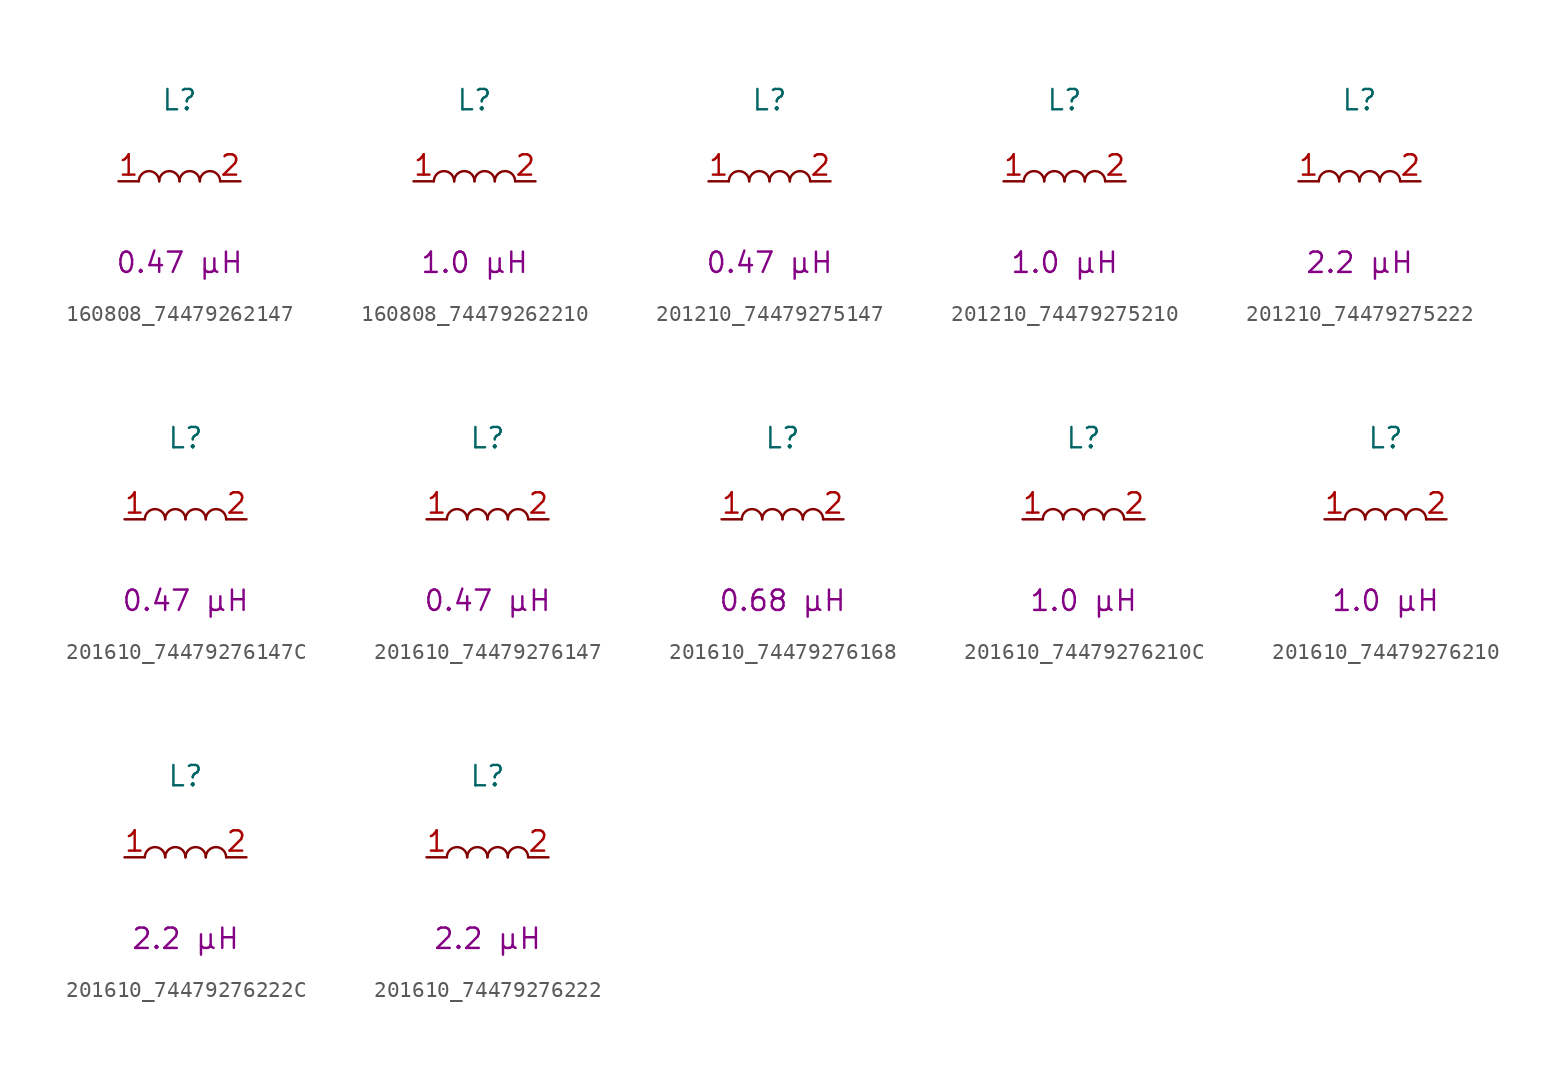
<source format=kicad_sym>
(kicad_symbol_lib
  (version 20220914)
  (generator kicad_symbol_editor)
  (symbol "160808_74479262147"
    (pin_names hide)
    (property "Reference" "L"
      (at 0 5.08 0)
      (effects (font (size 1.27 1.27))))
    (property "Critical Parameter" "0.47 µH"
      (at 0 -5.08 0)
      (effects (font (size 1.27 1.27))))
    (symbol "160808_74479262147_0_1"
      (arc (start -1.27 0) (mid -1.905 0.6323) (end -2.54 0) (stroke (width 0) (type default)) (fill (type none)))
      (arc (start 0 0) (mid -0.635 0.6323) (end -1.27 0) (stroke (width 0) (type default)) (fill (type none)))
      (arc (start 1.27 0) (mid 0.635 0.6323) (end 0 0) (stroke (width 0) (type default)) (fill (type none)))
      (arc (start 2.54 0) (mid 1.905 0.6323) (end 1.27 0) (stroke (width 0) (type default)) (fill (type none))))
    (symbol "160808_74479262147_1_1"
      (pin passive line (at -3.81 0 0) (length 1.27) (name "1" (effects (font (size 1.27 1.27)))) (number "1" (effects (font (size 1.27 1.27)))))
      (pin passive line (at 3.81 0 180) (length 1.27) (name "2" (effects (font (size 1.27 1.27)))) (number "2" (effects (font (size 1.27 1.27)))))))
  (symbol "160808_74479262210"
    (pin_names hide)
    (property "Reference" "L"
      (at 0 5.08 0)
      (effects (font (size 1.27 1.27))))
    (property "Critical Parameter" "1.0 µH"
      (at 0 -5.08 0)
      (effects (font (size 1.27 1.27))))
    (symbol "160808_74479262210_0_1"
      (arc (start -1.27 0) (mid -1.905 0.6323) (end -2.54 0) (stroke (width 0) (type default)) (fill (type none)))
      (arc (start 0 0) (mid -0.635 0.6323) (end -1.27 0) (stroke (width 0) (type default)) (fill (type none)))
      (arc (start 1.27 0) (mid 0.635 0.6323) (end 0 0) (stroke (width 0) (type default)) (fill (type none)))
      (arc (start 2.54 0) (mid 1.905 0.6323) (end 1.27 0) (stroke (width 0) (type default)) (fill (type none))))
    (symbol "160808_74479262210_1_1"
      (pin passive line (at -3.81 0 0) (length 1.27) (name "1" (effects (font (size 1.27 1.27)))) (number "1" (effects (font (size 1.27 1.27)))))
      (pin passive line (at 3.81 0 180) (length 1.27) (name "2" (effects (font (size 1.27 1.27)))) (number "2" (effects (font (size 1.27 1.27)))))))
  (symbol "201210_74479275147"
    (pin_names hide)
    (property "Reference" "L"
      (at 0 5.08 0)
      (effects (font (size 1.27 1.27))))
    (property "Critical Parameter" "0.47 µH"
      (at 0 -5.08 0)
      (effects (font (size 1.27 1.27))))
    (symbol "201210_74479275147_0_1"
      (arc (start -1.27 0) (mid -1.905 0.6323) (end -2.54 0) (stroke (width 0) (type default)) (fill (type none)))
      (arc (start 0 0) (mid -0.635 0.6323) (end -1.27 0) (stroke (width 0) (type default)) (fill (type none)))
      (arc (start 1.27 0) (mid 0.635 0.6323) (end 0 0) (stroke (width 0) (type default)) (fill (type none)))
      (arc (start 2.54 0) (mid 1.905 0.6323) (end 1.27 0) (stroke (width 0) (type default)) (fill (type none))))
    (symbol "201210_74479275147_1_1"
      (pin passive line (at -3.81 0 0) (length 1.27) (name "1" (effects (font (size 1.27 1.27)))) (number "1" (effects (font (size 1.27 1.27)))))
      (pin passive line (at 3.81 0 180) (length 1.27) (name "2" (effects (font (size 1.27 1.27)))) (number "2" (effects (font (size 1.27 1.27)))))))
  (symbol "201210_74479275210"
    (pin_names hide)
    (property "Reference" "L"
      (at 0 5.08 0)
      (effects (font (size 1.27 1.27))))
    (property "Critical Parameter" "1.0 µH"
      (at 0 -5.08 0)
      (effects (font (size 1.27 1.27))))
    (symbol "201210_74479275210_0_1"
      (arc (start -1.27 0) (mid -1.905 0.6323) (end -2.54 0) (stroke (width 0) (type default)) (fill (type none)))
      (arc (start 0 0) (mid -0.635 0.6323) (end -1.27 0) (stroke (width 0) (type default)) (fill (type none)))
      (arc (start 1.27 0) (mid 0.635 0.6323) (end 0 0) (stroke (width 0) (type default)) (fill (type none)))
      (arc (start 2.54 0) (mid 1.905 0.6323) (end 1.27 0) (stroke (width 0) (type default)) (fill (type none))))
    (symbol "201210_74479275210_1_1"
      (pin passive line (at -3.81 0 0) (length 1.27) (name "1" (effects (font (size 1.27 1.27)))) (number "1" (effects (font (size 1.27 1.27)))))
      (pin passive line (at 3.81 0 180) (length 1.27) (name "2" (effects (font (size 1.27 1.27)))) (number "2" (effects (font (size 1.27 1.27)))))))
  (symbol "201210_74479275222"
    (pin_names hide)
    (property "Reference" "L"
      (at 0 5.08 0)
      (effects (font (size 1.27 1.27))))
    (property "Critical Parameter" "2.2 µH"
      (at 0 -5.08 0)
      (effects (font (size 1.27 1.27))))
    (symbol "201210_74479275222_0_1"
      (arc (start -1.27 0) (mid -1.905 0.6323) (end -2.54 0) (stroke (width 0) (type default)) (fill (type none)))
      (arc (start 0 0) (mid -0.635 0.6323) (end -1.27 0) (stroke (width 0) (type default)) (fill (type none)))
      (arc (start 1.27 0) (mid 0.635 0.6323) (end 0 0) (stroke (width 0) (type default)) (fill (type none)))
      (arc (start 2.54 0) (mid 1.905 0.6323) (end 1.27 0) (stroke (width 0) (type default)) (fill (type none))))
    (symbol "201210_74479275222_1_1"
      (pin passive line (at -3.81 0 0) (length 1.27) (name "1" (effects (font (size 1.27 1.27)))) (number "1" (effects (font (size 1.27 1.27)))))
      (pin passive line (at 3.81 0 180) (length 1.27) (name "2" (effects (font (size 1.27 1.27)))) (number "2" (effects (font (size 1.27 1.27)))))))
  (symbol "201610_74479276147C"
    (pin_names hide)
    (property "Reference" "L"
      (at 0 5.08 0)
      (effects (font (size 1.27 1.27))))
    (property "Critical Parameter" "0.47 µH"
      (at 0 -5.08 0)
      (effects (font (size 1.27 1.27))))
    (symbol "201610_74479276147C_0_1"
      (arc (start -1.27 0) (mid -1.905 0.6323) (end -2.54 0) (stroke (width 0) (type default)) (fill (type none)))
      (arc (start 0 0) (mid -0.635 0.6323) (end -1.27 0) (stroke (width 0) (type default)) (fill (type none)))
      (arc (start 1.27 0) (mid 0.635 0.6323) (end 0 0) (stroke (width 0) (type default)) (fill (type none)))
      (arc (start 2.54 0) (mid 1.905 0.6323) (end 1.27 0) (stroke (width 0) (type default)) (fill (type none))))
    (symbol "201610_74479276147C_1_1"
      (pin passive line (at -3.81 0 0) (length 1.27) (name "1" (effects (font (size 1.27 1.27)))) (number "1" (effects (font (size 1.27 1.27)))))
      (pin passive line (at 3.81 0 180) (length 1.27) (name "2" (effects (font (size 1.27 1.27)))) (number "2" (effects (font (size 1.27 1.27)))))))
  (symbol "201610_74479276147"
    (pin_names hide)
    (property "Reference" "L"
      (at 0 5.08 0)
      (effects (font (size 1.27 1.27))))
    (property "Critical Parameter" "0.47 µH"
      (at 0 -5.08 0)
      (effects (font (size 1.27 1.27))))
    (symbol "201610_74479276147_0_1"
      (arc (start -1.27 0) (mid -1.905 0.6323) (end -2.54 0) (stroke (width 0) (type default)) (fill (type none)))
      (arc (start 0 0) (mid -0.635 0.6323) (end -1.27 0) (stroke (width 0) (type default)) (fill (type none)))
      (arc (start 1.27 0) (mid 0.635 0.6323) (end 0 0) (stroke (width 0) (type default)) (fill (type none)))
      (arc (start 2.54 0) (mid 1.905 0.6323) (end 1.27 0) (stroke (width 0) (type default)) (fill (type none))))
    (symbol "201610_74479276147_1_1"
      (pin passive line (at -3.81 0 0) (length 1.27) (name "1" (effects (font (size 1.27 1.27)))) (number "1" (effects (font (size 1.27 1.27)))))
      (pin passive line (at 3.81 0 180) (length 1.27) (name "2" (effects (font (size 1.27 1.27)))) (number "2" (effects (font (size 1.27 1.27)))))))
  (symbol "201610_74479276168"
    (pin_names hide)
    (property "Reference" "L"
      (at 0 5.08 0)
      (effects (font (size 1.27 1.27))))
    (property "Critical Parameter" "0.68 µH"
      (at 0 -5.08 0)
      (effects (font (size 1.27 1.27))))
    (symbol "201610_74479276168_0_1"
      (arc (start -1.27 0) (mid -1.905 0.6323) (end -2.54 0) (stroke (width 0) (type default)) (fill (type none)))
      (arc (start 0 0) (mid -0.635 0.6323) (end -1.27 0) (stroke (width 0) (type default)) (fill (type none)))
      (arc (start 1.27 0) (mid 0.635 0.6323) (end 0 0) (stroke (width 0) (type default)) (fill (type none)))
      (arc (start 2.54 0) (mid 1.905 0.6323) (end 1.27 0) (stroke (width 0) (type default)) (fill (type none))))
    (symbol "201610_74479276168_1_1"
      (pin passive line (at -3.81 0 0) (length 1.27) (name "1" (effects (font (size 1.27 1.27)))) (number "1" (effects (font (size 1.27 1.27)))))
      (pin passive line (at 3.81 0 180) (length 1.27) (name "2" (effects (font (size 1.27 1.27)))) (number "2" (effects (font (size 1.27 1.27)))))))
  (symbol "201610_74479276210C"
    (pin_names hide)
    (property "Reference" "L"
      (at 0 5.08 0)
      (effects (font (size 1.27 1.27))))
    (property "Critical Parameter" "1.0 µH"
      (at 0 -5.08 0)
      (effects (font (size 1.27 1.27))))
    (symbol "201610_74479276210C_0_1"
      (arc (start -1.27 0) (mid -1.905 0.6323) (end -2.54 0) (stroke (width 0) (type default)) (fill (type none)))
      (arc (start 0 0) (mid -0.635 0.6323) (end -1.27 0) (stroke (width 0) (type default)) (fill (type none)))
      (arc (start 1.27 0) (mid 0.635 0.6323) (end 0 0) (stroke (width 0) (type default)) (fill (type none)))
      (arc (start 2.54 0) (mid 1.905 0.6323) (end 1.27 0) (stroke (width 0) (type default)) (fill (type none))))
    (symbol "201610_74479276210C_1_1"
      (pin passive line (at -3.81 0 0) (length 1.27) (name "1" (effects (font (size 1.27 1.27)))) (number "1" (effects (font (size 1.27 1.27)))))
      (pin passive line (at 3.81 0 180) (length 1.27) (name "2" (effects (font (size 1.27 1.27)))) (number "2" (effects (font (size 1.27 1.27)))))))
  (symbol "201610_74479276210"
    (pin_names hide)
    (property "Reference" "L"
      (at 0 5.08 0)
      (effects (font (size 1.27 1.27))))
    (property "Critical Parameter" "1.0 µH"
      (at 0 -5.08 0)
      (effects (font (size 1.27 1.27))))
    (symbol "201610_74479276210_0_1"
      (arc (start -1.27 0) (mid -1.905 0.6323) (end -2.54 0) (stroke (width 0) (type default)) (fill (type none)))
      (arc (start 0 0) (mid -0.635 0.6323) (end -1.27 0) (stroke (width 0) (type default)) (fill (type none)))
      (arc (start 1.27 0) (mid 0.635 0.6323) (end 0 0) (stroke (width 0) (type default)) (fill (type none)))
      (arc (start 2.54 0) (mid 1.905 0.6323) (end 1.27 0) (stroke (width 0) (type default)) (fill (type none))))
    (symbol "201610_74479276210_1_1"
      (pin passive line (at -3.81 0 0) (length 1.27) (name "1" (effects (font (size 1.27 1.27)))) (number "1" (effects (font (size 1.27 1.27)))))
      (pin passive line (at 3.81 0 180) (length 1.27) (name "2" (effects (font (size 1.27 1.27)))) (number "2" (effects (font (size 1.27 1.27)))))))
  (symbol "201610_74479276222C"
    (pin_names hide)
    (property "Reference" "L"
      (at 0 5.08 0)
      (effects (font (size 1.27 1.27))))
    (property "Critical Parameter" "2.2 µH"
      (at 0 -5.08 0)
      (effects (font (size 1.27 1.27))))
    (symbol "201610_74479276222C_0_1"
      (arc (start -1.27 0) (mid -1.905 0.6323) (end -2.54 0) (stroke (width 0) (type default)) (fill (type none)))
      (arc (start 0 0) (mid -0.635 0.6323) (end -1.27 0) (stroke (width 0) (type default)) (fill (type none)))
      (arc (start 1.27 0) (mid 0.635 0.6323) (end 0 0) (stroke (width 0) (type default)) (fill (type none)))
      (arc (start 2.54 0) (mid 1.905 0.6323) (end 1.27 0) (stroke (width 0) (type default)) (fill (type none))))
    (symbol "201610_74479276222C_1_1"
      (pin passive line (at -3.81 0 0) (length 1.27) (name "1" (effects (font (size 1.27 1.27)))) (number "1" (effects (font (size 1.27 1.27)))))
      (pin passive line (at 3.81 0 180) (length 1.27) (name "2" (effects (font (size 1.27 1.27)))) (number "2" (effects (font (size 1.27 1.27)))))))
  (symbol "201610_74479276222"
    (pin_names hide)
    (property "Reference" "L"
      (at 0 5.08 0)
      (effects (font (size 1.27 1.27))))
    (property "Critical Parameter" "2.2 µH"
      (at 0 -5.08 0)
      (effects (font (size 1.27 1.27))))
    (symbol "201610_74479276222_0_1"
      (arc (start -1.27 0) (mid -1.905 0.6323) (end -2.54 0) (stroke (width 0) (type default)) (fill (type none)))
      (arc (start 0 0) (mid -0.635 0.6323) (end -1.27 0) (stroke (width 0) (type default)) (fill (type none)))
      (arc (start 1.27 0) (mid 0.635 0.6323) (end 0 0) (stroke (width 0) (type default)) (fill (type none)))
      (arc (start 2.54 0) (mid 1.905 0.6323) (end 1.27 0) (stroke (width 0) (type default)) (fill (type none))))
    (symbol "201610_74479276222_1_1"
      (pin passive line (at -3.81 0 0) (length 1.27) (name "1" (effects (font (size 1.27 1.27)))) (number "1" (effects (font (size 1.27 1.27)))))
      (pin passive line (at 3.81 0 180) (length 1.27) (name "2" (effects (font (size 1.27 1.27)))) (number "2" (effects (font (size 1.27 1.27))))))))
</source>
